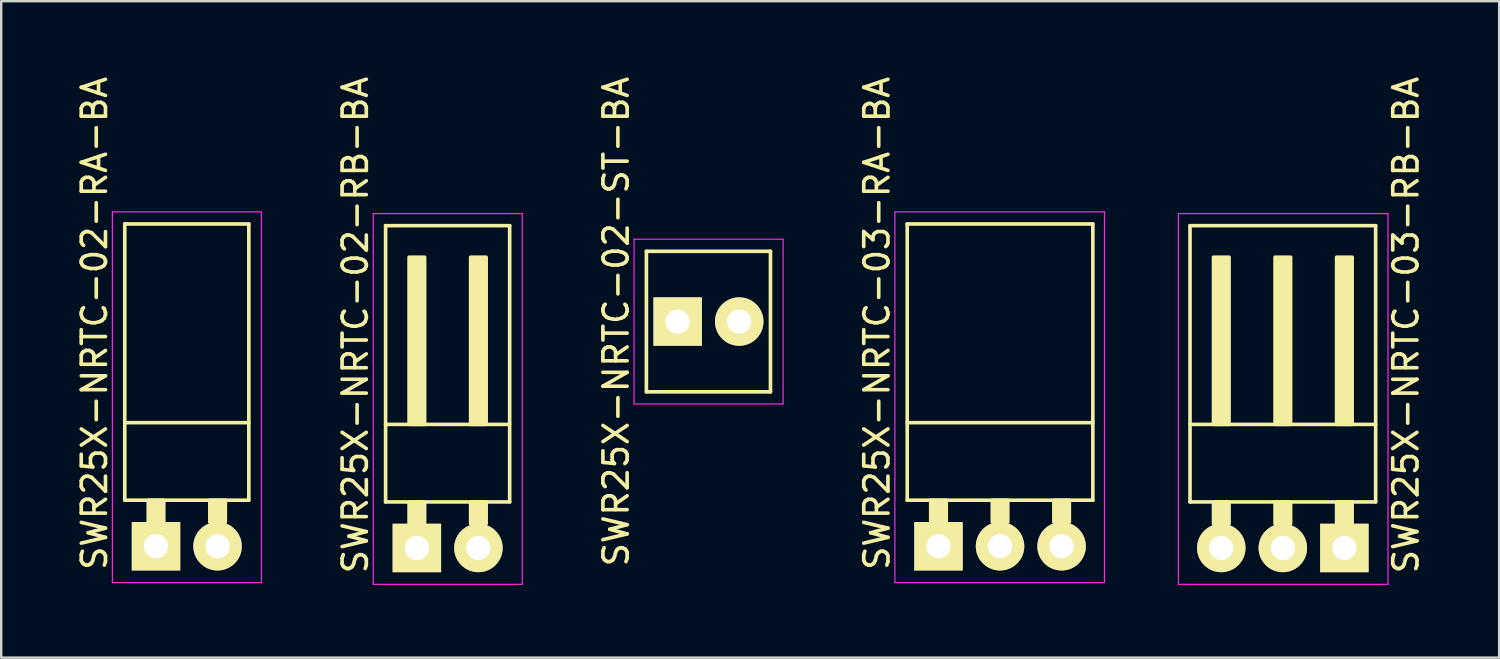
<source format=kicad_pcb>
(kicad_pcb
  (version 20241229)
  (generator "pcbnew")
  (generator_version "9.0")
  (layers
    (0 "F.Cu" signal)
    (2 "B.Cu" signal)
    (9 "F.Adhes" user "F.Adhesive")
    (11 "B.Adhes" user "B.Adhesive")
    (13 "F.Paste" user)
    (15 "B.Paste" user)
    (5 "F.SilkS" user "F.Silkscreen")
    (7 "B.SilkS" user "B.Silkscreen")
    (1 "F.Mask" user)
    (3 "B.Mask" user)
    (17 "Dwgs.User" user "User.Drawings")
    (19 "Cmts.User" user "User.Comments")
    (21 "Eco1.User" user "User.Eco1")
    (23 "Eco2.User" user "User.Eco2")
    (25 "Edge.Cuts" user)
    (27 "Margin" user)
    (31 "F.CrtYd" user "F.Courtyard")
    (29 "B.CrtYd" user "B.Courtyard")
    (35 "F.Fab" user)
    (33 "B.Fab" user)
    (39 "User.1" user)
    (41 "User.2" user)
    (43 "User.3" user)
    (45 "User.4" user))
  (footprint "SWR25X-NRTC-02-ST-BA"
    (layer "F.Cu")
    (at 24.915 10.22)
    (property "Reference" "SWR25X-NRTC-02-ST-BA" (at -2.54 0 270) (layer "F.SilkS") (effects (font (size 1 1) (thickness 0.15))))
    (attr through_hole)
    (fp_line (start -1.29 -2.9) (end 3.83 -2.9) (stroke (width 0.15) (type solid)) (layer "F.SilkS"))
    (fp_line (start -1.29 2.9) (end -1.29 -2.9) (stroke (width 0.15) (type solid)) (layer "F.SilkS"))
    (fp_line (start -1.29 2.9) (end 3.83 2.9) (stroke (width 0.15) (type solid)) (layer "F.SilkS"))
    (fp_line (start 3.83 2.9) (end 3.83 -2.9) (stroke (width 0.15) (type solid)) (layer "F.SilkS"))
    (fp_line (start -1.8 -3.4) (end 4.35 -3.4) (stroke (width 0.05) (type solid)) (layer "F.CrtYd"))
    (fp_line (start -1.8 3.4) (end -1.8 -3.4) (stroke (width 0.05) (type solid)) (layer "F.CrtYd"))
    (fp_line (start -1.8 3.4) (end 4.35 3.4) (stroke (width 0.05) (type solid)) (layer "F.CrtYd"))
    (fp_line (start 4.35 3.4) (end 4.35 -3.4) (stroke (width 0.05) (type solid)) (layer "F.CrtYd"))
    (pad "1" thru_hole rect (at 0 0) (size 2 2) (drill 1) (layers "*.Cu" "*.Mask" "F.SilkS"))
    (pad "2" thru_hole circle (at 2.54 0) (size 2 2) (drill 1) (layers "*.Cu" "*.Mask" "F.SilkS")))
  (footprint "SWR25X-NRTC-03-RA-BA"
    (layer "F.Cu")
    (at 35.678 19.492)
    (property "Reference" "SWR25X-NRTC-03-RA-BA" (at -2.54 -9.2 270) (layer "F.SilkS") (effects (font (size 1 1) (thickness 0.15))))
    (attr through_hole)
    (fp_line (start -1.29 -13.3) (end -1.29 -1.9) (stroke (width 0.15) (type solid)) (layer "F.SilkS"))
    (fp_line (start -1.29 -13.3) (end 6.37 -13.3) (stroke (width 0.15) (type solid)) (layer "F.SilkS"))
    (fp_line (start -1.29 -5.1) (end 6.37 -5.1) (stroke (width 0.15) (type solid)) (layer "F.SilkS"))
    (fp_line (start -1.29 -1.9) (end 6.37 -1.9) (stroke (width 0.15) (type solid)) (layer "F.SilkS"))
    (fp_line (start 6.37 -13.3) (end 6.37 -1.9) (stroke (width 0.15) (type solid)) (layer "F.SilkS"))
    (fp_poly (pts (xy 0.32 -1.9) (xy -0.32 -1.9) (xy -0.32 -1) (xy 0.32 -1)) (stroke (width 0.15) (type solid)) (fill yes) (layer "F.SilkS"))
    (fp_poly (pts (xy 2.86 -1.9) (xy 2.22 -1.9) (xy 2.22 -1) (xy 2.86 -1)) (stroke (width 0.15) (type solid)) (fill yes) (layer "F.SilkS"))
    (fp_poly (pts (xy 5.4 -1.9) (xy 4.76 -1.9) (xy 4.76 -1) (xy 5.4 -1)) (stroke (width 0.15) (type solid)) (fill yes) (layer "F.SilkS"))
    (fp_line (start -1.8 -13.8) (end -1.8 1.5) (stroke (width 0.05) (type solid)) (layer "F.CrtYd"))
    (fp_line (start -1.8 -13.8) (end 6.85 -13.8) (stroke (width 0.05) (type solid)) (layer "F.CrtYd"))
    (fp_line (start -1.8 1.5) (end 6.85 1.5) (stroke (width 0.05) (type solid)) (layer "F.CrtYd"))
    (fp_line (start 6.85 -13.8) (end 6.85 1.5) (stroke (width 0.05) (type solid)) (layer "F.CrtYd"))
    (pad "1" thru_hole rect (at 0 0) (size 2 2) (drill 1) (layers "*.Cu" "*.Mask" "F.SilkS"))
    (pad "2" thru_hole circle (at 2.54 0) (size 2 2) (drill 1) (layers "*.Cu" "*.Mask" "F.SilkS"))
    (pad "3" thru_hole circle (at 5.08 0) (size 2 2) (drill 1) (layers "*.Cu" "*.Mask" "F.SilkS")))
  (footprint "SWR25X-NRTC-02-RB-BA"
    (layer "F.Cu")
    (at 14.152 19.563)
    (property "Reference" "SWR25X-NRTC-02-RB-BA" (at -2.54 -9.2 270) (layer "F.SilkS") (effects (font (size 1 1) (thickness 0.15))))
    (attr through_hole)
    (fp_line (start -1.29 -13.3) (end -1.29 -1.9) (stroke (width 0.15) (type solid)) (layer "F.SilkS"))
    (fp_line (start -1.29 -13.3) (end 3.83 -13.3) (stroke (width 0.15) (type solid)) (layer "F.SilkS"))
    (fp_line (start -1.29 -5.1) (end 3.83 -5.1) (stroke (width 0.15) (type solid)) (layer "F.SilkS"))
    (fp_line (start -1.29 -1.9) (end 3.83 -1.9) (stroke (width 0.15) (type solid)) (layer "F.SilkS"))
    (fp_line (start 3.83 -13.3) (end 3.83 -1.9) (stroke (width 0.15) (type solid)) (layer "F.SilkS"))
    (fp_poly (pts (xy 0.32 -5.1) (xy -0.32 -5.1) (xy -0.32 -12) (xy 0.32 -12)) (stroke (width 0.15) (type solid)) (fill yes) (layer "F.SilkS"))
    (fp_poly (pts (xy 0.32 -1.9) (xy -0.32 -1.9) (xy -0.32 -1) (xy 0.32 -1)) (stroke (width 0.15) (type solid)) (fill yes) (layer "F.SilkS"))
    (fp_poly (pts (xy 2.86 -5.1) (xy 2.22 -5.1) (xy 2.22 -12) (xy 2.86 -12)) (stroke (width 0.15) (type solid)) (fill yes) (layer "F.SilkS"))
    (fp_poly (pts (xy 2.86 -1.9) (xy 2.22 -1.9) (xy 2.22 -1) (xy 2.86 -1)) (stroke (width 0.15) (type solid)) (fill yes) (layer "F.SilkS"))
    (fp_line (start -1.8 -13.8) (end -1.8 1.5) (stroke (width 0.05) (type solid)) (layer "F.CrtYd"))
    (fp_line (start -1.8 -13.8) (end 4.35 -13.8) (stroke (width 0.05) (type solid)) (layer "F.CrtYd"))
    (fp_line (start -1.8 1.5) (end 4.35 1.5) (stroke (width 0.05) (type solid)) (layer "F.CrtYd"))
    (fp_line (start 4.35 -13.8) (end 4.35 1.5) (stroke (width 0.05) (type solid)) (layer "F.CrtYd"))
    (pad "1" thru_hole rect (at 0 0) (size 2 2) (drill 1) (layers "*.Cu" "*.Mask" "F.SilkS"))
    (pad "2" thru_hole circle (at 2.54 0) (size 2 2) (drill 1) (layers "*.Cu" "*.Mask" "F.SilkS")))
  (footprint "SWR25X-NRTC-03-RB-BA"
    (layer "F.Cu")
    (at 52.428 19.563)
    (property "Reference" "SWR25X-NRTC-03-RB-BA" (at 2.54 -9.2 270) (layer "F.SilkS") (effects (font (size 1 1) (thickness 0.15))))
    (attr through_hole)
    (fp_line (start -6.37 -13.3) (end -6.37 -1.9) (stroke (width 0.15) (type solid)) (layer "F.SilkS"))
    (fp_line (start 1.29 -13.3) (end -6.37 -13.3) (stroke (width 0.15) (type solid)) (layer "F.SilkS"))
    (fp_line (start 1.29 -13.3) (end 1.29 -1.9) (stroke (width 0.15) (type solid)) (layer "F.SilkS"))
    (fp_line (start 1.29 -5.1) (end -6.37 -5.1) (stroke (width 0.15) (type solid)) (layer "F.SilkS"))
    (fp_line (start 1.29 -1.9) (end -6.37 -1.9) (stroke (width 0.15) (type solid)) (layer "F.SilkS"))
    (fp_poly (pts (xy -4.76 -5.1) (xy -5.4 -5.1) (xy -5.4 -12) (xy -4.76 -12)) (stroke (width 0.15) (type solid)) (fill yes) (layer "F.SilkS"))
    (fp_poly (pts (xy -4.76 -1.9) (xy -5.4 -1.9) (xy -5.4 -1) (xy -4.76 -1)) (stroke (width 0.15) (type solid)) (fill yes) (layer "F.SilkS"))
    (fp_poly (pts (xy -2.22 -5.1) (xy -2.86 -5.1) (xy -2.86 -12) (xy -2.22 -12)) (stroke (width 0.15) (type solid)) (fill yes) (layer "F.SilkS"))
    (fp_poly (pts (xy -2.22 -1.9) (xy -2.86 -1.9) (xy -2.86 -1) (xy -2.22 -1)) (stroke (width 0.15) (type solid)) (fill yes) (layer "F.SilkS"))
    (fp_poly (pts (xy 0.32 -5.1) (xy -0.32 -5.1) (xy -0.32 -12) (xy 0.32 -12)) (stroke (width 0.15) (type solid)) (fill yes) (layer "F.SilkS"))
    (fp_poly (pts (xy 0.32 -1.9) (xy -0.32 -1.9) (xy -0.32 -1) (xy 0.32 -1)) (stroke (width 0.15) (type solid)) (fill yes) (layer "F.SilkS"))
    (fp_line (start -6.85 -13.8) (end -6.85 1.5) (stroke (width 0.05) (type solid)) (layer "F.CrtYd"))
    (fp_line (start 1.8 -13.8) (end -6.85 -13.8) (stroke (width 0.05) (type solid)) (layer "F.CrtYd"))
    (fp_line (start 1.8 -13.8) (end 1.8 1.5) (stroke (width 0.05) (type solid)) (layer "F.CrtYd"))
    (fp_line (start 1.8 1.5) (end -6.85 1.5) (stroke (width 0.05) (type solid)) (layer "F.CrtYd"))
    (pad "1" thru_hole rect (at 0 0) (size 2 2) (drill 1) (layers "*.Cu" "*.Mask" "F.SilkS"))
    (pad "2" thru_hole circle (at -2.54 0) (size 2 2) (drill 1) (layers "*.Cu" "*.Mask" "F.SilkS"))
    (pad "3" thru_hole circle (at -5.08 0) (size 2 2) (drill 1) (layers "*.Cu" "*.Mask" "F.SilkS")))
  (footprint "SWR25X-NRTC-02-RA-BA"
    (layer "F.Cu")
    (at 3.388 19.492)
    (property "Reference" "SWR25X-NRTC-02-RA-BA" (at -2.54 -9.2 270) (layer "F.SilkS") (effects (font (size 1 1) (thickness 0.15))))
    (attr through_hole)
    (fp_line (start -1.29 -13.3) (end -1.29 -1.9) (stroke (width 0.15) (type solid)) (layer "F.SilkS"))
    (fp_line (start -1.29 -13.3) (end 3.83 -13.3) (stroke (width 0.15) (type solid)) (layer "F.SilkS"))
    (fp_line (start -1.29 -5.1) (end 3.83 -5.1) (stroke (width 0.15) (type solid)) (layer "F.SilkS"))
    (fp_line (start -1.29 -1.9) (end 3.83 -1.9) (stroke (width 0.15) (type solid)) (layer "F.SilkS"))
    (fp_line (start 3.83 -13.3) (end 3.83 -1.9) (stroke (width 0.15) (type solid)) (layer "F.SilkS"))
    (fp_poly (pts (xy 0.32 -1.9) (xy -0.32 -1.9) (xy -0.32 -1) (xy 0.32 -1)) (stroke (width 0.15) (type solid)) (fill yes) (layer "F.SilkS"))
    (fp_poly (pts (xy 2.86 -1.9) (xy 2.22 -1.9) (xy 2.22 -1) (xy 2.86 -1)) (stroke (width 0.15) (type solid)) (fill yes) (layer "F.SilkS"))
    (fp_line (start -1.8 -13.8) (end -1.8 1.5) (stroke (width 0.05) (type solid)) (layer "F.CrtYd"))
    (fp_line (start -1.8 -13.8) (end 4.35 -13.8) (stroke (width 0.05) (type solid)) (layer "F.CrtYd"))
    (fp_line (start -1.8 1.5) (end 4.35 1.5) (stroke (width 0.05) (type solid)) (layer "F.CrtYd"))
    (fp_line (start 4.35 -13.8) (end 4.35 1.5) (stroke (width 0.05) (type solid)) (layer "F.CrtYd"))
    (pad "1" thru_hole rect (at 0 0) (size 2 2) (drill 1) (layers "*.Cu" "*.Mask" "F.SilkS"))
    (pad "2" thru_hole circle (at 2.54 0) (size 2 2) (drill 1) (layers "*.Cu" "*.Mask" "F.SilkS")))
  (gr_rect
    (start -3 -3)
    (end 58.816 24.088)
    (stroke (width 0.1) (type default))
    (fill no)
    (layer "Edge.Cuts")))
</source>
